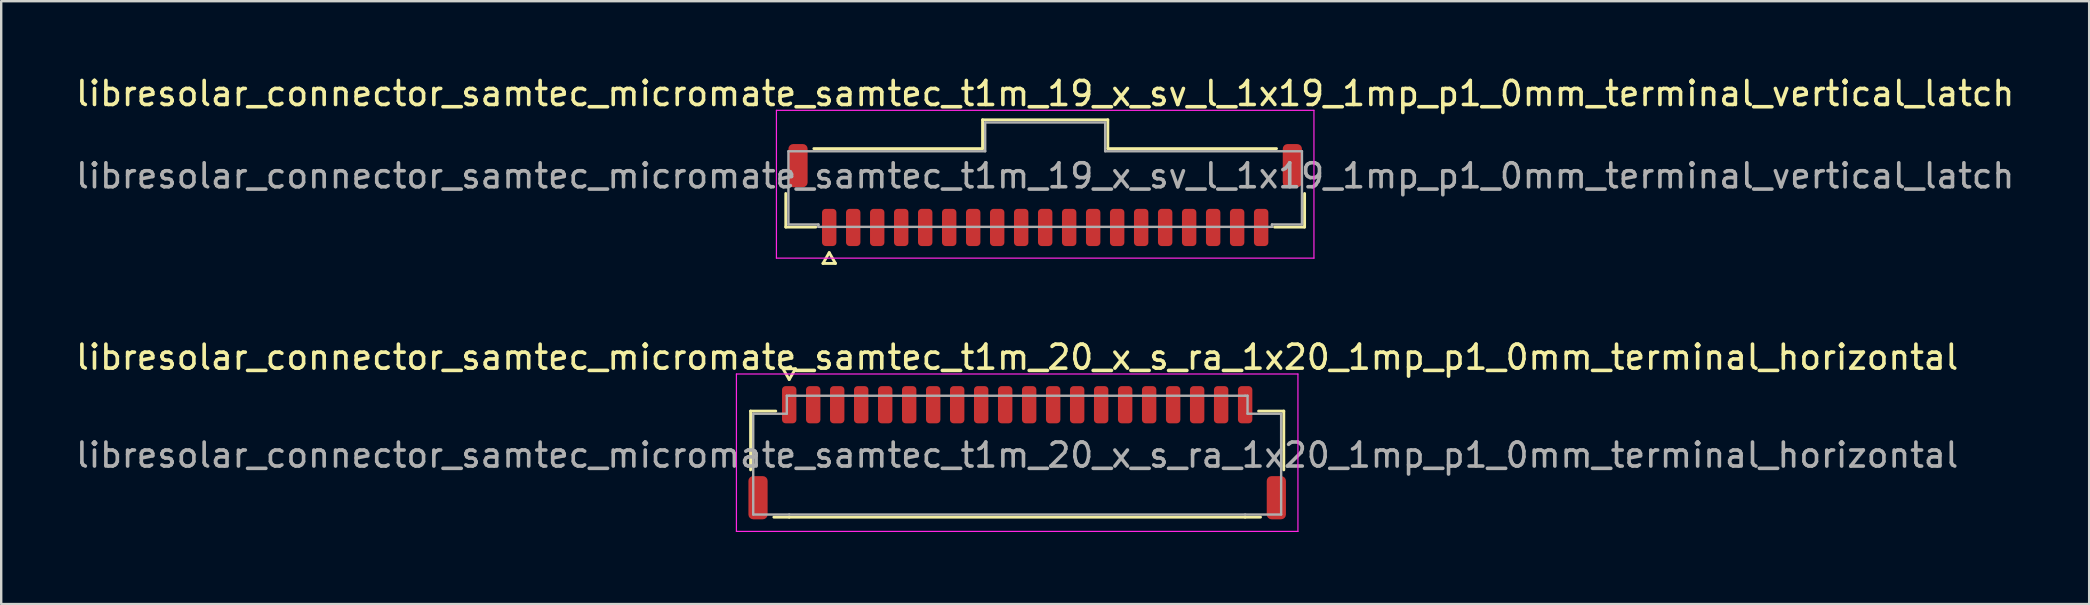
<source format=kicad_pcb>
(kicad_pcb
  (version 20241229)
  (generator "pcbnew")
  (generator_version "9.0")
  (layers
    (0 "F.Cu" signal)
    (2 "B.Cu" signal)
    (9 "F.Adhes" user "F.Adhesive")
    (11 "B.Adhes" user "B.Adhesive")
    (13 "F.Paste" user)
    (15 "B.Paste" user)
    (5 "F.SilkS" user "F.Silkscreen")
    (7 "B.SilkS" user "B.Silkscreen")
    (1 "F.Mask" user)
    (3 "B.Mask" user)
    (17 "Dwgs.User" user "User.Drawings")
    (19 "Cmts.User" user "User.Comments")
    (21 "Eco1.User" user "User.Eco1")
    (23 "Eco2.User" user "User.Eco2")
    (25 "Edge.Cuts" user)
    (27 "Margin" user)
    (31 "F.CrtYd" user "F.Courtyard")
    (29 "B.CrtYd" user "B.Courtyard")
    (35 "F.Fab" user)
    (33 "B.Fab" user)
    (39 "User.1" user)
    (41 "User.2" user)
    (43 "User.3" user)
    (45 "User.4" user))
  (footprint "libresolar_connector_samtec_micromate_samtec_t1m_19_x_sv_l_1x19_1mp_p1_0mm_terminal_vertical_latch"
    (layer "F.Cu")
    (at 40.506 4.278)
    (property "Reference" "libresolar_connector_samtec_micromate_samtec_t1m_19_x_sv_l_1x19_1mp_p1_0mm_terminal_vertical_latch" (at 0 -3.43 0) (layer "F.SilkS") (effects (font (size 1 1) (thickness 0.15))))
    (attr smd)
    (fp_line (start -10.81 2.135) (end -10.81 0.735) (stroke (width 0.12) (type solid)) (layer "F.SilkS"))
    (fp_line (start -9.64 -1.135) (end -2.61 -1.135) (stroke (width 0.12) (type solid)) (layer "F.SilkS"))
    (fp_line (start -9.56 2.135) (end -10.81 2.135) (stroke (width 0.12) (type solid)) (layer "F.SilkS"))
    (fp_line (start -9.26 3.65) (end -9 3.2) (stroke (width 0.12) (type solid)) (layer "F.SilkS"))
    (fp_line (start -9 3.2) (end -8.74 3.65) (stroke (width 0.12) (type solid)) (layer "F.SilkS"))
    (fp_line (start -8.74 3.65) (end -9.26 3.65) (stroke (width 0.12) (type solid)) (layer "F.SilkS"))
    (fp_line (start -2.61 -2.335) (end 2.61 -2.335) (stroke (width 0.12) (type solid)) (layer "F.SilkS"))
    (fp_line (start -2.61 -1.135) (end -2.61 -2.335) (stroke (width 0.12) (type solid)) (layer "F.SilkS"))
    (fp_line (start 2.61 -2.335) (end 2.61 -1.135) (stroke (width 0.12) (type solid)) (layer "F.SilkS"))
    (fp_line (start 2.61 -1.135) (end 9.64 -1.135) (stroke (width 0.12) (type solid)) (layer "F.SilkS"))
    (fp_line (start 10.81 0.735) (end 10.81 2.135) (stroke (width 0.12) (type solid)) (layer "F.SilkS"))
    (fp_line (start 10.81 2.135) (end 9.56 2.135) (stroke (width 0.12) (type solid)) (layer "F.SilkS"))
    (fp_line (start -11.2 -2.73) (end -11.2 3.43) (stroke (width 0.05) (type solid)) (layer "F.CrtYd"))
    (fp_line (start -11.2 3.43) (end 11.2 3.43) (stroke (width 0.05) (type solid)) (layer "F.CrtYd"))
    (fp_line (start 11.2 -2.73) (end -11.2 -2.73) (stroke (width 0.05) (type solid)) (layer "F.CrtYd"))
    (fp_line (start 11.2 3.43) (end 11.2 -2.73) (stroke (width 0.05) (type solid)) (layer "F.CrtYd"))
    (fp_line (start -10.7 -1.025) (end -2.5 -1.025) (stroke (width 0.1) (type solid)) (layer "F.Fab"))
    (fp_line (start -10.7 2.025) (end -10.7 -1.025) (stroke (width 0.1) (type solid)) (layer "F.Fab"))
    (fp_line (start -9.45 2.025) (end -10.7 2.025) (stroke (width 0.1) (type solid)) (layer "F.Fab"))
    (fp_line (start -9.45 2.125) (end -9.45 2.025) (stroke (width 0.1) (type solid)) (layer "F.Fab"))
    (fp_line (start -2.5 -2.225) (end 2.5 -2.225) (stroke (width 0.1) (type solid)) (layer "F.Fab"))
    (fp_line (start -2.5 -1.025) (end -2.5 -2.225) (stroke (width 0.1) (type solid)) (layer "F.Fab"))
    (fp_line (start 2.5 -2.225) (end 2.5 -1.025) (stroke (width 0.1) (type solid)) (layer "F.Fab"))
    (fp_line (start 2.5 -1.025) (end 10.7 -1.025) (stroke (width 0.1) (type solid)) (layer "F.Fab"))
    (fp_line (start 9.45 2.025) (end 9.45 2.125) (stroke (width 0.1) (type solid)) (layer "F.Fab"))
    (fp_line (start 9.45 2.125) (end -9.45 2.125) (stroke (width 0.1) (type solid)) (layer "F.Fab"))
    (fp_line (start 10.7 -1.025) (end 10.7 2.025) (stroke (width 0.1) (type solid)) (layer "F.Fab"))
    (fp_line (start 10.7 2.025) (end 9.45 2.025) (stroke (width 0.1) (type solid)) (layer "F.Fab"))
    (fp_text user "${REFERENCE}" (at 0 0 0) (layer "F.Fab") (effects (font (size 1 1) (thickness 0.15))))
    (pad "1" smd roundrect (at -9 2.15) (size 0.6 1.55) (layers "F.Cu" "F.Mask" "F.Paste") (roundrect_rratio 0.25))
    (pad "2" smd roundrect (at -8 2.15) (size 0.6 1.55) (layers "F.Cu" "F.Mask" "F.Paste") (roundrect_rratio 0.25))
    (pad "3" smd roundrect (at -7 2.15) (size 0.6 1.55) (layers "F.Cu" "F.Mask" "F.Paste") (roundrect_rratio 0.25))
    (pad "4" smd roundrect (at -6 2.15) (size 0.6 1.55) (layers "F.Cu" "F.Mask" "F.Paste") (roundrect_rratio 0.25))
    (pad "5" smd roundrect (at -5 2.15) (size 0.6 1.55) (layers "F.Cu" "F.Mask" "F.Paste") (roundrect_rratio 0.25))
    (pad "6" smd roundrect (at -4 2.15) (size 0.6 1.55) (layers "F.Cu" "F.Mask" "F.Paste") (roundrect_rratio 0.25))
    (pad "7" smd roundrect (at -3 2.15) (size 0.6 1.55) (layers "F.Cu" "F.Mask" "F.Paste") (roundrect_rratio 0.25))
    (pad "8" smd roundrect (at -2 2.15) (size 0.6 1.55) (layers "F.Cu" "F.Mask" "F.Paste") (roundrect_rratio 0.25))
    (pad "9" smd roundrect (at -1 2.15) (size 0.6 1.55) (layers "F.Cu" "F.Mask" "F.Paste") (roundrect_rratio 0.25))
    (pad "10" smd roundrect (at 0 2.15) (size 0.6 1.55) (layers "F.Cu" "F.Mask" "F.Paste") (roundrect_rratio 0.25))
    (pad "11" smd roundrect (at 1 2.15) (size 0.6 1.55) (layers "F.Cu" "F.Mask" "F.Paste") (roundrect_rratio 0.25))
    (pad "12" smd roundrect (at 2 2.15) (size 0.6 1.55) (layers "F.Cu" "F.Mask" "F.Paste") (roundrect_rratio 0.25))
    (pad "13" smd roundrect (at 3 2.15) (size 0.6 1.55) (layers "F.Cu" "F.Mask" "F.Paste") (roundrect_rratio 0.25))
    (pad "14" smd roundrect (at 4 2.15) (size 0.6 1.55) (layers "F.Cu" "F.Mask" "F.Paste") (roundrect_rratio 0.25))
    (pad "15" smd roundrect (at 5 2.15) (size 0.6 1.55) (layers "F.Cu" "F.Mask" "F.Paste") (roundrect_rratio 0.25))
    (pad "16" smd roundrect (at 6 2.15) (size 0.6 1.55) (layers "F.Cu" "F.Mask" "F.Paste") (roundrect_rratio 0.25))
    (pad "17" smd roundrect (at 7 2.15) (size 0.6 1.55) (layers "F.Cu" "F.Mask" "F.Paste") (roundrect_rratio 0.25))
    (pad "18" smd roundrect (at 8 2.15) (size 0.6 1.55) (layers "F.Cu" "F.Mask" "F.Paste") (roundrect_rratio 0.25))
    (pad "19" smd roundrect (at 9 2.15) (size 0.6 1.55) (layers "F.Cu" "F.Mask" "F.Paste") (roundrect_rratio 0.25))
    (pad "MP" smd roundrect (at -10.3 -0.425) (size 0.8 1.8) (layers "F.Cu" "F.Mask" "F.Paste") (roundrect_rratio 0.25))
    (pad "MP" smd roundrect (at 10.3 -0.425) (size 0.8 1.8) (layers "F.Cu" "F.Mask" "F.Paste") (roundrect_rratio 0.25)))
  (footprint "libresolar_connector_samtec_micromate_samtec_t1m_20_x_s_ra_1x20_1mp_p1_0mm_terminal_horizontal"
    (layer "F.Cu")
    (at 39.339 15.916)
    (property "Reference" "libresolar_connector_samtec_micromate_samtec_t1m_20_x_s_ra_1x20_1mp_p1_0mm_terminal_horizontal" (at 0 -4.08 0) (layer "F.SilkS") (effects (font (size 1 1) (thickness 0.15))))
    (attr smd)
    (fp_line (start -11.11 -1.835) (end -10.06 -1.835) (stroke (width 0.12) (type solid)) (layer "F.SilkS"))
    (fp_line (start -11.11 0.615) (end -11.11 -1.835) (stroke (width 0.12) (type solid)) (layer "F.SilkS"))
    (fp_line (start -9.76 -3.6) (end -9.5 -3.15) (stroke (width 0.12) (type solid)) (layer "F.SilkS"))
    (fp_line (start -9.5 -3.15) (end -9.24 -3.6) (stroke (width 0.12) (type solid)) (layer "F.SilkS"))
    (fp_line (start -9.5 2.585) (end -10.14 2.585) (stroke (width 0.12) (type solid)) (layer "F.SilkS"))
    (fp_line (start -9.24 -3.6) (end -9.76 -3.6) (stroke (width 0.12) (type solid)) (layer "F.SilkS"))
    (fp_line (start 9.5 2.585) (end -9.5 2.585) (stroke (width 0.12) (type solid)) (layer "F.SilkS"))
    (fp_line (start 10.06 -1.835) (end 11.11 -1.835) (stroke (width 0.12) (type solid)) (layer "F.SilkS"))
    (fp_line (start 10.14 2.585) (end 9.5 2.585) (stroke (width 0.12) (type solid)) (layer "F.SilkS"))
    (fp_line (start 11.11 -1.835) (end 11.11 0.615) (stroke (width 0.12) (type solid)) (layer "F.SilkS"))
    (fp_line (start -11.7 -3.38) (end -11.7 3.18) (stroke (width 0.05) (type solid)) (layer "F.CrtYd"))
    (fp_line (start -11.7 3.18) (end 11.7 3.18) (stroke (width 0.05) (type solid)) (layer "F.CrtYd"))
    (fp_line (start 11.7 -3.38) (end -11.7 -3.38) (stroke (width 0.05) (type solid)) (layer "F.CrtYd"))
    (fp_line (start 11.7 3.18) (end 11.7 -3.38) (stroke (width 0.05) (type solid)) (layer "F.CrtYd"))
    (fp_line (start -11 -1.725) (end -9.6 -1.725) (stroke (width 0.1) (type solid)) (layer "F.Fab"))
    (fp_line (start -11 2.475) (end -11 -1.725) (stroke (width 0.1) (type solid)) (layer "F.Fab"))
    (fp_line (start -9.6 -2.475) (end -9.5 -2.475) (stroke (width 0.1) (type solid)) (layer "F.Fab"))
    (fp_line (start -9.6 -1.725) (end -9.6 -2.475) (stroke (width 0.1) (type solid)) (layer "F.Fab"))
    (fp_line (start -9.5 -2.475) (end 9.5 -2.475) (stroke (width 0.1) (type solid)) (layer "F.Fab"))
    (fp_line (start -9.5 2.475) (end -11 2.475) (stroke (width 0.1) (type solid)) (layer "F.Fab"))
    (fp_line (start 9.5 -2.475) (end 9.6 -2.475) (stroke (width 0.1) (type solid)) (layer "F.Fab"))
    (fp_line (start 9.5 2.475) (end -9.5 2.475) (stroke (width 0.1) (type solid)) (layer "F.Fab"))
    (fp_line (start 9.6 -2.475) (end 9.6 -1.725) (stroke (width 0.1) (type solid)) (layer "F.Fab"))
    (fp_line (start 9.6 -1.725) (end 11 -1.725) (stroke (width 0.1) (type solid)) (layer "F.Fab"))
    (fp_line (start 11 -1.725) (end 11 2.475) (stroke (width 0.1) (type solid)) (layer "F.Fab"))
    (fp_line (start 11 2.475) (end 9.5 2.475) (stroke (width 0.1) (type solid)) (layer "F.Fab"))
    (fp_text user "${REFERENCE}" (at 0 0 0) (layer "F.Fab") (effects (font (size 1 1) (thickness 0.15))))
    (pad "1" smd roundrect (at -9.5 -2.1) (size 0.6 1.55) (layers "F.Cu" "F.Mask" "F.Paste") (roundrect_rratio 0.25))
    (pad "2" smd roundrect (at -8.5 -2.1) (size 0.6 1.55) (layers "F.Cu" "F.Mask" "F.Paste") (roundrect_rratio 0.25))
    (pad "3" smd roundrect (at -7.5 -2.1) (size 0.6 1.55) (layers "F.Cu" "F.Mask" "F.Paste") (roundrect_rratio 0.25))
    (pad "4" smd roundrect (at -6.5 -2.1) (size 0.6 1.55) (layers "F.Cu" "F.Mask" "F.Paste") (roundrect_rratio 0.25))
    (pad "5" smd roundrect (at -5.5 -2.1) (size 0.6 1.55) (layers "F.Cu" "F.Mask" "F.Paste") (roundrect_rratio 0.25))
    (pad "6" smd roundrect (at -4.5 -2.1) (size 0.6 1.55) (layers "F.Cu" "F.Mask" "F.Paste") (roundrect_rratio 0.25))
    (pad "7" smd roundrect (at -3.5 -2.1) (size 0.6 1.55) (layers "F.Cu" "F.Mask" "F.Paste") (roundrect_rratio 0.25))
    (pad "8" smd roundrect (at -2.5 -2.1) (size 0.6 1.55) (layers "F.Cu" "F.Mask" "F.Paste") (roundrect_rratio 0.25))
    (pad "9" smd roundrect (at -1.5 -2.1) (size 0.6 1.55) (layers "F.Cu" "F.Mask" "F.Paste") (roundrect_rratio 0.25))
    (pad "10" smd roundrect (at -0.5 -2.1) (size 0.6 1.55) (layers "F.Cu" "F.Mask" "F.Paste") (roundrect_rratio 0.25))
    (pad "11" smd roundrect (at 0.5 -2.1) (size 0.6 1.55) (layers "F.Cu" "F.Mask" "F.Paste") (roundrect_rratio 0.25))
    (pad "12" smd roundrect (at 1.5 -2.1) (size 0.6 1.55) (layers "F.Cu" "F.Mask" "F.Paste") (roundrect_rratio 0.25))
    (pad "13" smd roundrect (at 2.5 -2.1) (size 0.6 1.55) (layers "F.Cu" "F.Mask" "F.Paste") (roundrect_rratio 0.25))
    (pad "14" smd roundrect (at 3.5 -2.1) (size 0.6 1.55) (layers "F.Cu" "F.Mask" "F.Paste") (roundrect_rratio 0.25))
    (pad "15" smd roundrect (at 4.5 -2.1) (size 0.6 1.55) (layers "F.Cu" "F.Mask" "F.Paste") (roundrect_rratio 0.25))
    (pad "16" smd roundrect (at 5.5 -2.1) (size 0.6 1.55) (layers "F.Cu" "F.Mask" "F.Paste") (roundrect_rratio 0.25))
    (pad "17" smd roundrect (at 6.5 -2.1) (size 0.6 1.55) (layers "F.Cu" "F.Mask" "F.Paste") (roundrect_rratio 0.25))
    (pad "18" smd roundrect (at 7.5 -2.1) (size 0.6 1.55) (layers "F.Cu" "F.Mask" "F.Paste") (roundrect_rratio 0.25))
    (pad "19" smd roundrect (at 8.5 -2.1) (size 0.6 1.55) (layers "F.Cu" "F.Mask" "F.Paste") (roundrect_rratio 0.25))
    (pad "20" smd roundrect (at 9.5 -2.1) (size 0.6 1.55) (layers "F.Cu" "F.Mask" "F.Paste") (roundrect_rratio 0.25))
    (pad "MP" smd roundrect (at -10.8 1.775) (size 0.8 1.8) (layers "F.Cu" "F.Mask" "F.Paste") (roundrect_rratio 0.25))
    (pad "MP" smd roundrect (at 10.8 1.775) (size 0.8 1.8) (layers "F.Cu" "F.Mask" "F.Paste") (roundrect_rratio 0.25)))
  (gr_rect
    (start -3 -3)
    (end 84.012 22.122)
    (stroke (width 0.1) (type default))
    (fill no)
    (layer "Edge.Cuts")))
</source>
